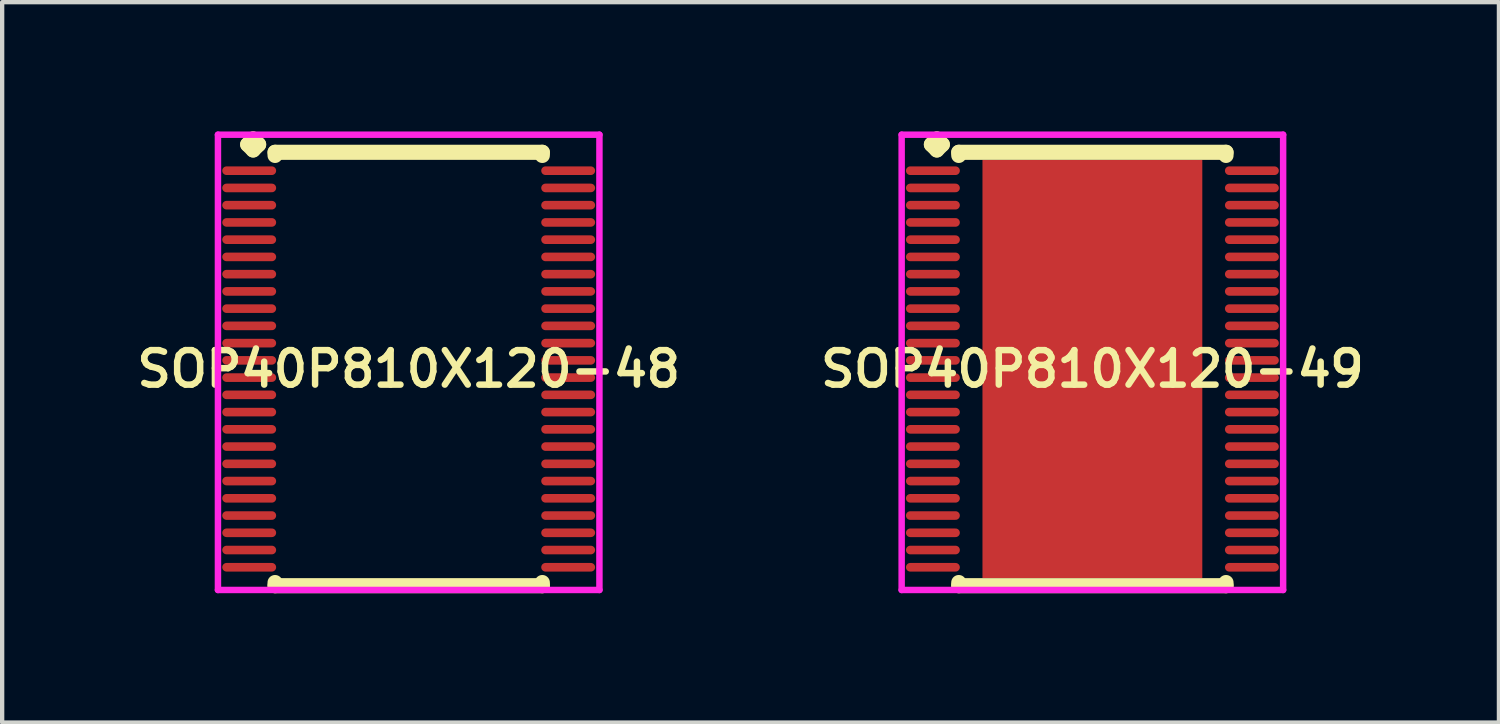
<source format=kicad_pcb>
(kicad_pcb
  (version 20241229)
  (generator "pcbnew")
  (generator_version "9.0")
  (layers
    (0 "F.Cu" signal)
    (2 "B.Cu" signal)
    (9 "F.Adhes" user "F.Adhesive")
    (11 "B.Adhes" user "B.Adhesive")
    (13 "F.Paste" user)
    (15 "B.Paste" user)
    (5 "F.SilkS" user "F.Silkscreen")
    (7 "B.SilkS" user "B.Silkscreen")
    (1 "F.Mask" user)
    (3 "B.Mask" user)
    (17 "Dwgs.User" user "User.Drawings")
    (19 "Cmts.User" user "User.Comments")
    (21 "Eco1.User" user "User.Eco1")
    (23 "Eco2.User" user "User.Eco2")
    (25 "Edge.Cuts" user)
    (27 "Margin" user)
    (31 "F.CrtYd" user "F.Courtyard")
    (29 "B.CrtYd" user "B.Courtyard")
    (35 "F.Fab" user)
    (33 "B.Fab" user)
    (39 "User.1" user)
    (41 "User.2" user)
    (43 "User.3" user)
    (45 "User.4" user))
  (footprint "SOP40P810X120-48"
    (layer "F.Cu")
    (at 6.431 5.51)
    (property "Reference" "SOP40P810X120-48" (at 0 0 0) (layer "F.SilkS") (effects (font (size 0.8 0.8) (thickness 0.15))))
    (attr smd)
    (fp_line (start -3.735 -5.208) (end -3.608 -5.335) (stroke (width 0.35) (type solid)) (layer "F.SilkS"))
    (fp_line (start -3.608 -5.335) (end -3.481 -5.208) (stroke (width 0.35) (type solid)) (layer "F.SilkS"))
    (fp_line (start -3.608 -5.081) (end -3.735 -5.208) (stroke (width 0.35) (type solid)) (layer "F.SilkS"))
    (fp_line (start -3.481 -5.208) (end -3.608 -5.081) (stroke (width 0.35) (type solid)) (layer "F.SilkS"))
    (fp_line (start -3.1 -5.027) (end 3.1 -5.027) (stroke (width 0.35) (type solid)) (layer "F.SilkS"))
    (fp_line (start -3.1 -4.954) (end -3.1 -5.027) (stroke (width 0.35) (type solid)) (layer "F.SilkS"))
    (fp_line (start -3.1 4.954) (end -3.1 5.027) (stroke (width 0.35) (type solid)) (layer "F.SilkS"))
    (fp_line (start -3.1 5.027) (end 3.1 5.027) (stroke (width 0.35) (type solid)) (layer "F.SilkS"))
    (fp_line (start 3.1 -5.027) (end 3.1 -4.954) (stroke (width 0.35) (type solid)) (layer "F.SilkS"))
    (fp_line (start 3.1 5.027) (end 3.1 4.954) (stroke (width 0.35) (type solid)) (layer "F.SilkS"))
    (fp_line (start -4.425 -5.435) (end 4.425 -5.435) (stroke (width 0.15) (type solid)) (layer "F.CrtYd"))
    (fp_line (start -4.425 5.127) (end -4.425 -5.435) (stroke (width 0.15) (type solid)) (layer "F.CrtYd"))
    (fp_line (start 4.425 -5.435) (end 4.425 5.127) (stroke (width 0.15) (type solid)) (layer "F.CrtYd"))
    (fp_line (start 4.425 5.127) (end -4.425 5.127) (stroke (width 0.15) (type solid)) (layer "F.CrtYd"))
    (pad "1" smd oval (at -3.7 -4.6) (size 1.25 0.2) (layers "F.Cu" "F.Mask" "F.Paste"))
    (pad "2" smd oval (at -3.7 -4.2) (size 1.25 0.2) (layers "F.Cu" "F.Mask" "F.Paste"))
    (pad "3" smd oval (at -3.7 -3.8) (size 1.25 0.2) (layers "F.Cu" "F.Mask" "F.Paste"))
    (pad "4" smd oval (at -3.7 -3.4) (size 1.25 0.2) (layers "F.Cu" "F.Mask" "F.Paste"))
    (pad "5" smd oval (at -3.7 -3) (size 1.25 0.2) (layers "F.Cu" "F.Mask" "F.Paste"))
    (pad "6" smd oval (at -3.7 -2.6) (size 1.25 0.2) (layers "F.Cu" "F.Mask" "F.Paste"))
    (pad "7" smd oval (at -3.7 -2.2) (size 1.25 0.2) (layers "F.Cu" "F.Mask" "F.Paste"))
    (pad "8" smd oval (at -3.7 -1.8) (size 1.25 0.2) (layers "F.Cu" "F.Mask" "F.Paste"))
    (pad "9" smd oval (at -3.7 -1.4) (size 1.25 0.2) (layers "F.Cu" "F.Mask" "F.Paste"))
    (pad "10" smd oval (at -3.7 -1) (size 1.25 0.2) (layers "F.Cu" "F.Mask" "F.Paste"))
    (pad "11" smd oval (at -3.7 -0.6) (size 1.25 0.2) (layers "F.Cu" "F.Mask" "F.Paste"))
    (pad "12" smd oval (at -3.7 -0.2) (size 1.25 0.2) (layers "F.Cu" "F.Mask" "F.Paste"))
    (pad "13" smd oval (at -3.7 0.2) (size 1.25 0.2) (layers "F.Cu" "F.Mask" "F.Paste"))
    (pad "14" smd oval (at -3.7 0.6) (size 1.25 0.2) (layers "F.Cu" "F.Mask" "F.Paste"))
    (pad "15" smd oval (at -3.7 1) (size 1.25 0.2) (layers "F.Cu" "F.Mask" "F.Paste"))
    (pad "16" smd oval (at -3.7 1.4) (size 1.25 0.2) (layers "F.Cu" "F.Mask" "F.Paste"))
    (pad "17" smd oval (at -3.7 1.8) (size 1.25 0.2) (layers "F.Cu" "F.Mask" "F.Paste"))
    (pad "18" smd oval (at -3.7 2.2) (size 1.25 0.2) (layers "F.Cu" "F.Mask" "F.Paste"))
    (pad "19" smd oval (at -3.7 2.6) (size 1.25 0.2) (layers "F.Cu" "F.Mask" "F.Paste"))
    (pad "20" smd oval (at -3.7 3) (size 1.25 0.2) (layers "F.Cu" "F.Mask" "F.Paste"))
    (pad "21" smd oval (at -3.7 3.4) (size 1.25 0.2) (layers "F.Cu" "F.Mask" "F.Paste"))
    (pad "22" smd oval (at -3.7 3.8) (size 1.25 0.2) (layers "F.Cu" "F.Mask" "F.Paste"))
    (pad "23" smd oval (at -3.7 4.2) (size 1.25 0.2) (layers "F.Cu" "F.Mask" "F.Paste"))
    (pad "24" smd oval (at -3.7 4.6) (size 1.25 0.2) (layers "F.Cu" "F.Mask" "F.Paste"))
    (pad "25" smd oval (at 3.7 4.6) (size 1.25 0.2) (layers "F.Cu" "F.Mask" "F.Paste"))
    (pad "26" smd oval (at 3.7 4.2) (size 1.25 0.2) (layers "F.Cu" "F.Mask" "F.Paste"))
    (pad "27" smd oval (at 3.7 3.8) (size 1.25 0.2) (layers "F.Cu" "F.Mask" "F.Paste"))
    (pad "28" smd oval (at 3.7 3.4) (size 1.25 0.2) (layers "F.Cu" "F.Mask" "F.Paste"))
    (pad "29" smd oval (at 3.7 3) (size 1.25 0.2) (layers "F.Cu" "F.Mask" "F.Paste"))
    (pad "30" smd oval (at 3.7 2.6) (size 1.25 0.2) (layers "F.Cu" "F.Mask" "F.Paste"))
    (pad "31" smd oval (at 3.7 2.2) (size 1.25 0.2) (layers "F.Cu" "F.Mask" "F.Paste"))
    (pad "32" smd oval (at 3.7 1.8) (size 1.25 0.2) (layers "F.Cu" "F.Mask" "F.Paste"))
    (pad "33" smd oval (at 3.7 1.4) (size 1.25 0.2) (layers "F.Cu" "F.Mask" "F.Paste"))
    (pad "34" smd oval (at 3.7 1) (size 1.25 0.2) (layers "F.Cu" "F.Mask" "F.Paste"))
    (pad "35" smd oval (at 3.7 0.6) (size 1.25 0.2) (layers "F.Cu" "F.Mask" "F.Paste"))
    (pad "36" smd oval (at 3.7 0.2) (size 1.25 0.2) (layers "F.Cu" "F.Mask" "F.Paste"))
    (pad "37" smd oval (at 3.7 -0.2) (size 1.25 0.2) (layers "F.Cu" "F.Mask" "F.Paste"))
    (pad "38" smd oval (at 3.7 -0.6) (size 1.25 0.2) (layers "F.Cu" "F.Mask" "F.Paste"))
    (pad "39" smd oval (at 3.7 -1) (size 1.25 0.2) (layers "F.Cu" "F.Mask" "F.Paste"))
    (pad "40" smd oval (at 3.7 -1.4) (size 1.25 0.2) (layers "F.Cu" "F.Mask" "F.Paste"))
    (pad "41" smd oval (at 3.7 -1.8) (size 1.25 0.2) (layers "F.Cu" "F.Mask" "F.Paste"))
    (pad "42" smd oval (at 3.7 -2.2) (size 1.25 0.2) (layers "F.Cu" "F.Mask" "F.Paste"))
    (pad "43" smd oval (at 3.7 -2.6) (size 1.25 0.2) (layers "F.Cu" "F.Mask" "F.Paste"))
    (pad "44" smd oval (at 3.7 -3) (size 1.25 0.2) (layers "F.Cu" "F.Mask" "F.Paste"))
    (pad "45" smd oval (at 3.7 -3.4) (size 1.25 0.2) (layers "F.Cu" "F.Mask" "F.Paste"))
    (pad "46" smd oval (at 3.7 -3.8) (size 1.25 0.2) (layers "F.Cu" "F.Mask" "F.Paste"))
    (pad "47" smd oval (at 3.7 -4.2) (size 1.25 0.2) (layers "F.Cu" "F.Mask" "F.Paste"))
    (pad "48" smd oval (at 3.7 -4.6) (size 1.25 0.2) (layers "F.Cu" "F.Mask" "F.Paste")))
  (footprint "SOP40P810X120-49"
    (layer "F.Cu")
    (at 22.292 5.51)
    (property "Reference" "SOP40P810X120-49" (at 0 0 0) (layer "F.SilkS") (effects (font (size 0.8 0.8) (thickness 0.15))))
    (attr through_hole)
    (fp_line (start -3.735 -5.208) (end -3.608 -5.335) (stroke (width 0.35) (type solid)) (layer "F.SilkS"))
    (fp_line (start -3.608 -5.335) (end -3.481 -5.208) (stroke (width 0.35) (type solid)) (layer "F.SilkS"))
    (fp_line (start -3.608 -5.081) (end -3.735 -5.208) (stroke (width 0.35) (type solid)) (layer "F.SilkS"))
    (fp_line (start -3.481 -5.208) (end -3.608 -5.081) (stroke (width 0.35) (type solid)) (layer "F.SilkS"))
    (fp_line (start -3.1 -5.027) (end 3.1 -5.027) (stroke (width 0.35) (type solid)) (layer "F.SilkS"))
    (fp_line (start -3.1 -4.954) (end -3.1 -5.027) (stroke (width 0.35) (type solid)) (layer "F.SilkS"))
    (fp_line (start -3.1 4.954) (end -3.1 5.027) (stroke (width 0.35) (type solid)) (layer "F.SilkS"))
    (fp_line (start -3.1 5.027) (end 3.1 5.027) (stroke (width 0.35) (type solid)) (layer "F.SilkS"))
    (fp_line (start 3.1 -5.027) (end 3.1 -4.954) (stroke (width 0.35) (type solid)) (layer "F.SilkS"))
    (fp_line (start 3.1 5.027) (end 3.1 4.954) (stroke (width 0.35) (type solid)) (layer "F.SilkS"))
    (fp_line (start -4.425 -5.435) (end 4.425 -5.435) (stroke (width 0.15) (type solid)) (layer "F.CrtYd"))
    (fp_line (start -4.425 5.127) (end -4.425 -5.435) (stroke (width 0.15) (type solid)) (layer "F.CrtYd"))
    (fp_line (start 4.425 -5.435) (end 4.425 5.127) (stroke (width 0.15) (type solid)) (layer "F.CrtYd"))
    (fp_line (start 4.425 5.127) (end -4.425 5.127) (stroke (width 0.15) (type solid)) (layer "F.CrtYd"))
    (pad "1" smd oval (at -3.7 -4.6) (size 1.25 0.2) (layers "F.Cu" "F.Mask" "F.Paste"))
    (pad "2" smd oval (at -3.7 -4.2) (size 1.25 0.2) (layers "F.Cu" "F.Mask" "F.Paste"))
    (pad "3" smd oval (at -3.7 -3.8) (size 1.25 0.2) (layers "F.Cu" "F.Mask" "F.Paste"))
    (pad "4" smd oval (at -3.7 -3.4) (size 1.25 0.2) (layers "F.Cu" "F.Mask" "F.Paste"))
    (pad "5" smd oval (at -3.7 -3) (size 1.25 0.2) (layers "F.Cu" "F.Mask" "F.Paste"))
    (pad "6" smd oval (at -3.7 -2.6) (size 1.25 0.2) (layers "F.Cu" "F.Mask" "F.Paste"))
    (pad "7" smd oval (at -3.7 -2.2) (size 1.25 0.2) (layers "F.Cu" "F.Mask" "F.Paste"))
    (pad "8" smd oval (at -3.7 -1.8) (size 1.25 0.2) (layers "F.Cu" "F.Mask" "F.Paste"))
    (pad "9" smd oval (at -3.7 -1.4) (size 1.25 0.2) (layers "F.Cu" "F.Mask" "F.Paste"))
    (pad "10" smd oval (at -3.7 -1) (size 1.25 0.2) (layers "F.Cu" "F.Mask" "F.Paste"))
    (pad "11" smd oval (at -3.7 -0.6) (size 1.25 0.2) (layers "F.Cu" "F.Mask" "F.Paste"))
    (pad "12" smd oval (at -3.7 -0.2) (size 1.25 0.2) (layers "F.Cu" "F.Mask" "F.Paste"))
    (pad "13" smd oval (at -3.7 0.2) (size 1.25 0.2) (layers "F.Cu" "F.Mask" "F.Paste"))
    (pad "14" smd oval (at -3.7 0.6) (size 1.25 0.2) (layers "F.Cu" "F.Mask" "F.Paste"))
    (pad "15" smd oval (at -3.7 1) (size 1.25 0.2) (layers "F.Cu" "F.Mask" "F.Paste"))
    (pad "16" smd oval (at -3.7 1.4) (size 1.25 0.2) (layers "F.Cu" "F.Mask" "F.Paste"))
    (pad "17" smd oval (at -3.7 1.8) (size 1.25 0.2) (layers "F.Cu" "F.Mask" "F.Paste"))
    (pad "18" smd oval (at -3.7 2.2) (size 1.25 0.2) (layers "F.Cu" "F.Mask" "F.Paste"))
    (pad "19" smd oval (at -3.7 2.6) (size 1.25 0.2) (layers "F.Cu" "F.Mask" "F.Paste"))
    (pad "20" smd oval (at -3.7 3) (size 1.25 0.2) (layers "F.Cu" "F.Mask" "F.Paste"))
    (pad "21" smd oval (at -3.7 3.4) (size 1.25 0.2) (layers "F.Cu" "F.Mask" "F.Paste"))
    (pad "22" smd oval (at -3.7 3.8) (size 1.25 0.2) (layers "F.Cu" "F.Mask" "F.Paste"))
    (pad "23" smd oval (at -3.7 4.2) (size 1.25 0.2) (layers "F.Cu" "F.Mask" "F.Paste"))
    (pad "24" smd oval (at -3.7 4.6) (size 1.25 0.2) (layers "F.Cu" "F.Mask" "F.Paste"))
    (pad "25" smd oval (at 3.7 4.6) (size 1.25 0.2) (layers "F.Cu" "F.Mask" "F.Paste"))
    (pad "26" smd oval (at 3.7 4.2) (size 1.25 0.2) (layers "F.Cu" "F.Mask" "F.Paste"))
    (pad "27" smd oval (at 3.7 3.8) (size 1.25 0.2) (layers "F.Cu" "F.Mask" "F.Paste"))
    (pad "28" smd oval (at 3.7 3.4) (size 1.25 0.2) (layers "F.Cu" "F.Mask" "F.Paste"))
    (pad "29" smd oval (at 3.7 3) (size 1.25 0.2) (layers "F.Cu" "F.Mask" "F.Paste"))
    (pad "30" smd oval (at 3.7 2.6) (size 1.25 0.2) (layers "F.Cu" "F.Mask" "F.Paste"))
    (pad "31" smd oval (at 3.7 2.2) (size 1.25 0.2) (layers "F.Cu" "F.Mask" "F.Paste"))
    (pad "32" smd oval (at 3.7 1.8) (size 1.25 0.2) (layers "F.Cu" "F.Mask" "F.Paste"))
    (pad "33" smd oval (at 3.7 1.4) (size 1.25 0.2) (layers "F.Cu" "F.Mask" "F.Paste"))
    (pad "34" smd oval (at 3.7 1) (size 1.25 0.2) (layers "F.Cu" "F.Mask" "F.Paste"))
    (pad "35" smd oval (at 3.7 0.6) (size 1.25 0.2) (layers "F.Cu" "F.Mask" "F.Paste"))
    (pad "36" smd oval (at 3.7 0.2) (size 1.25 0.2) (layers "F.Cu" "F.Mask" "F.Paste"))
    (pad "37" smd oval (at 3.7 -0.2) (size 1.25 0.2) (layers "F.Cu" "F.Mask" "F.Paste"))
    (pad "38" smd oval (at 3.7 -0.6) (size 1.25 0.2) (layers "F.Cu" "F.Mask" "F.Paste"))
    (pad "39" smd oval (at 3.7 -1) (size 1.25 0.2) (layers "F.Cu" "F.Mask" "F.Paste"))
    (pad "40" smd oval (at 3.7 -1.4) (size 1.25 0.2) (layers "F.Cu" "F.Mask" "F.Paste"))
    (pad "41" smd oval (at 3.7 -1.8) (size 1.25 0.2) (layers "F.Cu" "F.Mask" "F.Paste"))
    (pad "42" smd oval (at 3.7 -2.2) (size 1.25 0.2) (layers "F.Cu" "F.Mask" "F.Paste"))
    (pad "43" smd oval (at 3.7 -2.6) (size 1.25 0.2) (layers "F.Cu" "F.Mask" "F.Paste"))
    (pad "44" smd oval (at 3.7 -3) (size 1.25 0.2) (layers "F.Cu" "F.Mask" "F.Paste"))
    (pad "45" smd oval (at 3.7 -3.4) (size 1.25 0.2) (layers "F.Cu" "F.Mask" "F.Paste"))
    (pad "46" smd oval (at 3.7 -3.8) (size 1.25 0.2) (layers "F.Cu" "F.Mask" "F.Paste"))
    (pad "47" smd oval (at 3.7 -4.2) (size 1.25 0.2) (layers "F.Cu" "F.Mask" "F.Paste"))
    (pad "48" smd oval (at 3.7 -4.6) (size 1.25 0.2) (layers "F.Cu" "F.Mask" "F.Paste"))
    (pad "49" smd rect (at 0 0) (size 5.1 9.7) (layers "F.Cu" "F.Mask" "F.Paste")))
  (gr_rect
    (start -3 -3)
    (end 31.723 13.712)
    (stroke (width 0.1) (type default))
    (fill no)
    (layer "Edge.Cuts")))
</source>
